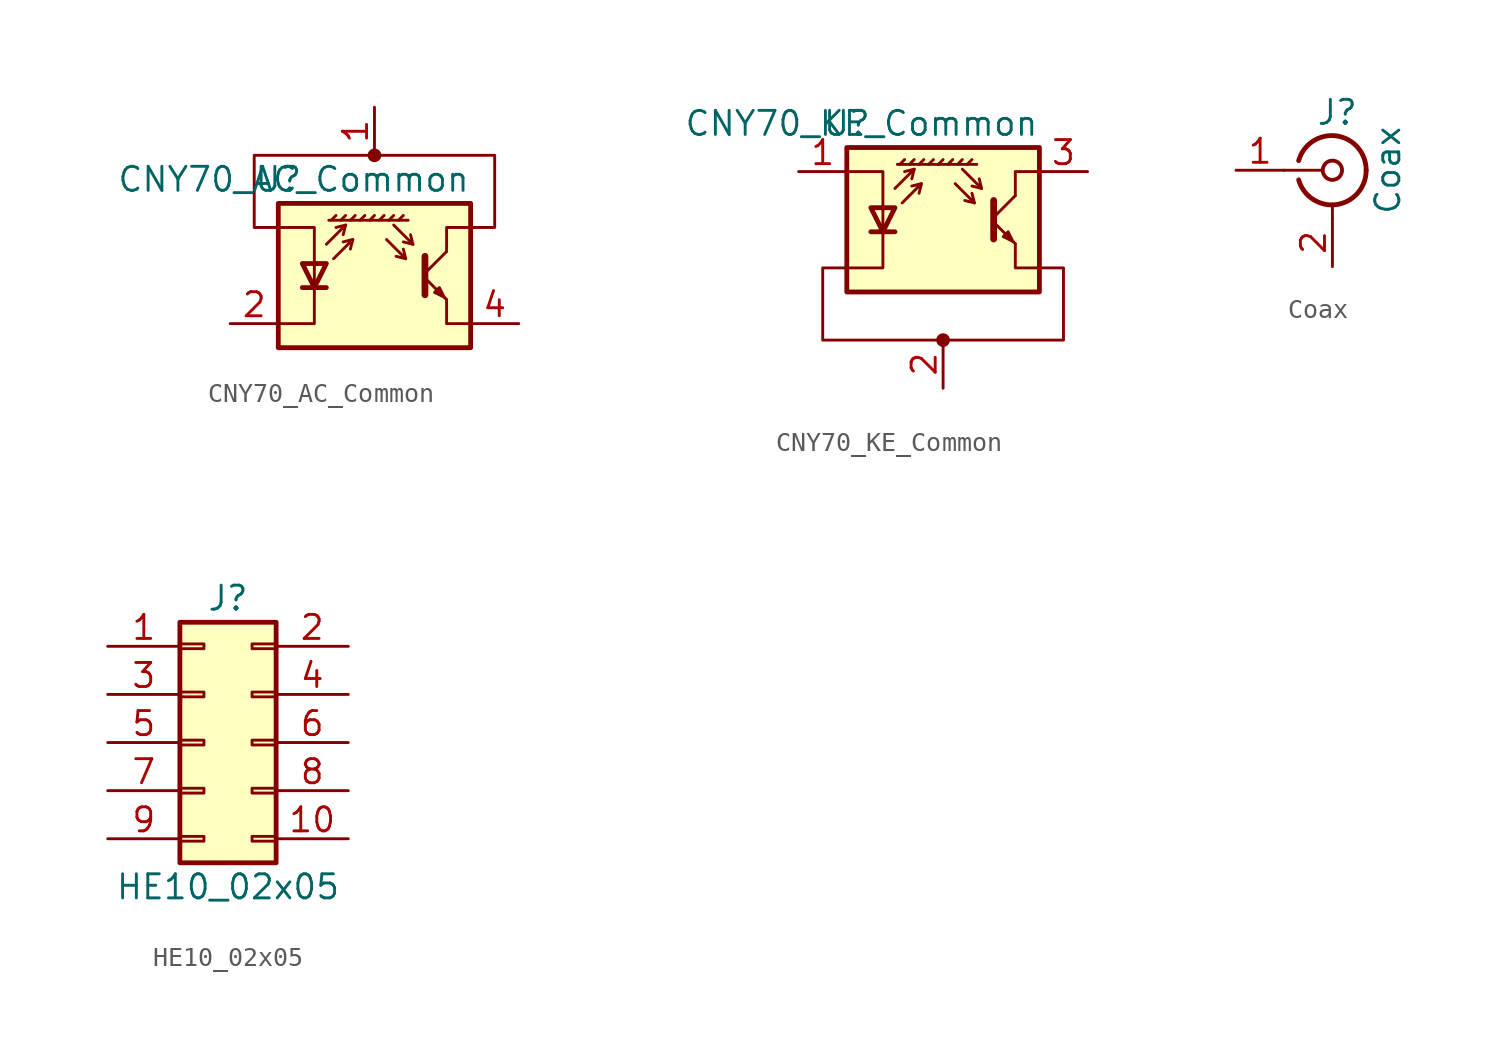
<source format=kicad_sym>
(kicad_symbol_lib
  (version 20211014)
  (generator kicad_symbol_editor)
  (symbol "CNY70_AC_Common"
    (pin_names
      (offset 1.016) hide)
    (property "Reference" "U"
      (at -5.08 5.08 0)
      (effects (font (size 1.27 1.27))))
    (property "Value" "CNY70_AC_Common"
      (at 5.08 5.08 0)
      (effects (font (size 1.27 1.27)) (justify right)))
    (symbol "CNY70_AC_Common_0_1"
      (polyline (pts (xy -3.81 -0.635) (xy -2.54 -0.635)) (stroke (width 0.254) (type default) (color 0 0 0 0)) (fill (type none)))
      (polyline (pts (xy -2.286 2.921) (xy -2.032 3.175)) (stroke (width 0) (type default) (color 0 0 0 0)) (fill (type none)))
      (polyline (pts (xy -1.778 2.921) (xy -1.524 3.175)) (stroke (width 0) (type default) (color 0 0 0 0)) (fill (type none)))
      (polyline (pts (xy -1.524 2.667) (xy -1.651 2.159)) (stroke (width 0) (type default) (color 0 0 0 0)) (fill (type none)))
      (polyline (pts (xy -1.27 2.921) (xy -1.016 3.175)) (stroke (width 0) (type default) (color 0 0 0 0)) (fill (type none)))
      (polyline (pts (xy -1.143 1.905) (xy -1.27 1.397)) (stroke (width 0) (type default) (color 0 0 0 0)) (fill (type none)))
      (polyline (pts (xy -0.762 2.921) (xy -0.508 3.175)) (stroke (width 0) (type default) (color 0 0 0 0)) (fill (type none)))
      (polyline (pts (xy -0.254 2.921) (xy 0 3.175)) (stroke (width 0) (type default) (color 0 0 0 0)) (fill (type none)))
      (polyline (pts (xy 0.254 2.921) (xy 0.508 3.175)) (stroke (width 0) (type default) (color 0 0 0 0)) (fill (type none)))
      (polyline (pts (xy 0.762 2.921) (xy 1.016 3.175)) (stroke (width 0) (type default) (color 0 0 0 0)) (fill (type none)))
      (polyline (pts (xy 1.27 2.921) (xy 1.524 3.175)) (stroke (width 0) (type default) (color 0 0 0 0)) (fill (type none)))
      (polyline (pts (xy 1.651 0.889) (xy 1.143 1.016)) (stroke (width 0) (type default) (color 0 0 0 0)) (fill (type none)))
      (polyline (pts (xy 1.778 2.921) (xy -2.413 2.921)) (stroke (width 0) (type default) (color 0 0 0 0)) (fill (type none)))
      (polyline (pts (xy 2.032 1.651) (xy 1.524 1.778)) (stroke (width 0) (type default) (color 0 0 0 0)) (fill (type none)))
      (polyline (pts (xy 2.667 -0.127) (xy 3.81 -1.27)) (stroke (width 0) (type default) (color 0 0 0 0)) (fill (type none)))
      (polyline (pts (xy 2.667 0.127) (xy 3.81 1.27)) (stroke (width 0) (type default) (color 0 0 0 0)) (fill (type none)))
      (polyline (pts (xy -2.54 1.651) (xy -1.524 2.667) (xy -2.032 2.54)) (stroke (width 0) (type default) (color 0 0 0 0)) (fill (type none)))
      (polyline (pts (xy -2.159 0.889) (xy -1.143 1.905) (xy -1.651 1.778)) (stroke (width 0) (type default) (color 0 0 0 0)) (fill (type none)))
      (polyline (pts (xy 0.635 1.905) (xy 1.651 0.889) (xy 1.524 1.397)) (stroke (width 0) (type default) (color 0 0 0 0)) (fill (type none)))
      (polyline (pts (xy 1.016 2.667) (xy 2.032 1.651) (xy 1.905 2.159)) (stroke (width 0) (type default) (color 0 0 0 0)) (fill (type none)))
      (polyline (pts (xy 2.667 1.016) (xy 2.667 -1.016) (xy 2.667 -1.016)) (stroke (width 0.356) (type default) (color 0 0 0 0)) (fill (type none)))
      (polyline (pts (xy 3.81 -1.27) (xy 3.81 -2.54) (xy 5.08 -2.54)) (stroke (width 0) (type default) (color 0 0 0 0)) (fill (type none)))
      (polyline (pts (xy 3.81 1.27) (xy 3.81 2.54) (xy 5.08 2.54)) (stroke (width 0) (type default) (color 0 0 0 0)) (fill (type none)))
      (polyline (pts (xy -5.08 -2.54) (xy -3.175 -2.54) (xy -3.175 2.54) (xy -5.08 2.54)) (stroke (width 0) (type default) (color 0 0 0 0)) (fill (type none)))
      (polyline (pts (xy -3.175 -0.635) (xy -3.81 0.635) (xy -2.54 0.635) (xy -3.175 -0.635)) (stroke (width 0.254) (type default) (color 0 0 0 0)) (fill (type none)))
      (polyline (pts (xy 3.683 -1.143) (xy 3.429 -0.635) (xy 3.175 -0.889) (xy 3.683 -1.143)) (stroke (width 0) (type default) (color 0 0 0 0)) (fill (type none)))
      (polyline (pts (xy -5.08 -3.81) (xy 5.08 -3.81) (xy 5.08 3.81) (xy -5.08 3.81) (xy -5.08 -3.81)) (stroke (width 0.254) (type default) (color 0 0 0 0)) (fill (type background)))
      (polyline (pts (xy -5.08 2.54) (xy -6.35 2.54) (xy -6.35 6.35) (xy 6.35 6.35) (xy 6.35 2.54) (xy 5.08 2.54)) (stroke (width 0) (type default) (color 0 0 0 0)) (fill (type none)))
      (circle (center 0 6.35) (radius 0.284) (stroke (width 0) (type default) (color 0 0 0 0)) (fill (type outline))))
    (symbol "CNY70_AC_Common_1_1"
      (pin passive line (at 0 8.89 270) (length 2.54) (name "AC" (effects (font (size 1.27 1.27)))) (number "1" (effects (font (size 1.27 1.27)))))
      (pin passive line (at -7.62 -2.54 0) (length 2.54) (name "K" (effects (font (size 1.27 1.27)))) (number "2" (effects (font (size 1.27 1.27)))))
      (pin open_emitter line (at 7.62 -2.54 180) (length 2.54) (name "E" (effects (font (size 1.27 1.27)))) (number "4" (effects (font (size 1.27 1.27)))))))
  (symbol "CNY70_KE_Common"
    (pin_names
      (offset 1.016) hide)
    (property "Reference" "U"
      (at -5.08 5.08 0)
      (effects (font (size 1.27 1.27))))
    (property "Value" "CNY70_KE_Common"
      (at 5.08 5.08 0)
      (effects (font (size 1.27 1.27)) (justify right)))
    (symbol "CNY70_KE_Common_0_1"
      (circle (center 0 -6.35) (radius 0.284) (stroke (width 0) (type default) (color 0 0 0 0)) (fill (type outline)))
      (polyline (pts (xy -3.81 -0.635) (xy -2.54 -0.635)) (stroke (width 0.254) (type default) (color 0 0 0 0)) (fill (type none)))
      (polyline (pts (xy -2.286 2.921) (xy -2.032 3.175)) (stroke (width 0) (type default) (color 0 0 0 0)) (fill (type none)))
      (polyline (pts (xy -1.778 2.921) (xy -1.524 3.175)) (stroke (width 0) (type default) (color 0 0 0 0)) (fill (type none)))
      (polyline (pts (xy -1.524 2.667) (xy -1.651 2.159)) (stroke (width 0) (type default) (color 0 0 0 0)) (fill (type none)))
      (polyline (pts (xy -1.27 2.921) (xy -1.016 3.175)) (stroke (width 0) (type default) (color 0 0 0 0)) (fill (type none)))
      (polyline (pts (xy -1.143 1.905) (xy -1.27 1.397)) (stroke (width 0) (type default) (color 0 0 0 0)) (fill (type none)))
      (polyline (pts (xy -0.762 2.921) (xy -0.508 3.175)) (stroke (width 0) (type default) (color 0 0 0 0)) (fill (type none)))
      (polyline (pts (xy -0.254 2.921) (xy 0 3.175)) (stroke (width 0) (type default) (color 0 0 0 0)) (fill (type none)))
      (polyline (pts (xy 0.254 2.921) (xy 0.508 3.175)) (stroke (width 0) (type default) (color 0 0 0 0)) (fill (type none)))
      (polyline (pts (xy 0.762 2.921) (xy 1.016 3.175)) (stroke (width 0) (type default) (color 0 0 0 0)) (fill (type none)))
      (polyline (pts (xy 1.27 2.921) (xy 1.524 3.175)) (stroke (width 0) (type default) (color 0 0 0 0)) (fill (type none)))
      (polyline (pts (xy 1.651 0.889) (xy 1.143 1.016)) (stroke (width 0) (type default) (color 0 0 0 0)) (fill (type none)))
      (polyline (pts (xy 1.778 2.921) (xy -2.413 2.921)) (stroke (width 0) (type default) (color 0 0 0 0)) (fill (type none)))
      (polyline (pts (xy 2.032 1.651) (xy 1.524 1.778)) (stroke (width 0) (type default) (color 0 0 0 0)) (fill (type none)))
      (polyline (pts (xy 2.667 -0.127) (xy 3.81 -1.27)) (stroke (width 0) (type default) (color 0 0 0 0)) (fill (type none)))
      (polyline (pts (xy 2.667 0.127) (xy 3.81 1.27)) (stroke (width 0) (type default) (color 0 0 0 0)) (fill (type none)))
      (polyline (pts (xy -2.54 1.651) (xy -1.524 2.667) (xy -2.032 2.54)) (stroke (width 0) (type default) (color 0 0 0 0)) (fill (type none)))
      (polyline (pts (xy -2.159 0.889) (xy -1.143 1.905) (xy -1.651 1.778)) (stroke (width 0) (type default) (color 0 0 0 0)) (fill (type none)))
      (polyline (pts (xy 0.635 1.905) (xy 1.651 0.889) (xy 1.524 1.397)) (stroke (width 0) (type default) (color 0 0 0 0)) (fill (type none)))
      (polyline (pts (xy 1.016 2.667) (xy 2.032 1.651) (xy 1.905 2.159)) (stroke (width 0) (type default) (color 0 0 0 0)) (fill (type none)))
      (polyline (pts (xy 2.667 1.016) (xy 2.667 -1.016) (xy 2.667 -1.016)) (stroke (width 0.356) (type default) (color 0 0 0 0)) (fill (type none)))
      (polyline (pts (xy 3.81 -1.27) (xy 3.81 -2.54) (xy 5.08 -2.54)) (stroke (width 0) (type default) (color 0 0 0 0)) (fill (type none)))
      (polyline (pts (xy 3.81 1.27) (xy 3.81 2.54) (xy 5.08 2.54)) (stroke (width 0) (type default) (color 0 0 0 0)) (fill (type none)))
      (polyline (pts (xy -5.08 -2.54) (xy -3.175 -2.54) (xy -3.175 2.54) (xy -5.08 2.54)) (stroke (width 0) (type default) (color 0 0 0 0)) (fill (type none)))
      (polyline (pts (xy -3.175 -0.635) (xy -3.81 0.635) (xy -2.54 0.635) (xy -3.175 -0.635)) (stroke (width 0.254) (type default) (color 0 0 0 0)) (fill (type none)))
      (polyline (pts (xy 3.683 -1.143) (xy 3.429 -0.635) (xy 3.175 -0.889) (xy 3.683 -1.143)) (stroke (width 0) (type default) (color 0 0 0 0)) (fill (type none)))
      (polyline (pts (xy -5.08 -3.81) (xy 5.08 -3.81) (xy 5.08 3.81) (xy -5.08 3.81) (xy -5.08 -3.81)) (stroke (width 0.254) (type default) (color 0 0 0 0)) (fill (type background)))
      (polyline (pts (xy 5.08 -2.54) (xy 6.35 -2.54) (xy 6.35 -6.35) (xy -6.35 -6.35) (xy -6.35 -2.54) (xy -5.08 -2.54)) (stroke (width 0) (type default) (color 0 0 0 0)) (fill (type none))))
    (symbol "CNY70_KE_Common_1_1"
      (pin passive line (at -7.62 2.54 0) (length 2.54) (name "A" (effects (font (size 1.27 1.27)))) (number "1" (effects (font (size 1.27 1.27)))))
      (pin passive line (at 0 -8.89 90) (length 2.54) (name "KE" (effects (font (size 1.27 1.27)))) (number "2" (effects (font (size 1.27 1.27)))))
      (pin open_collector line (at 7.62 2.54 180) (length 2.54) (name "C" (effects (font (size 1.27 1.27)))) (number "3" (effects (font (size 1.27 1.27)))))))
  (symbol "Coax"
    (pin_names
      (offset 1.016) hide)
    (property "Reference" "J"
      (at 0.254 3.048 0)
      (effects (font (size 1.27 1.27))))
    (property "Value" "Coax"
      (at 2.921 0 90)
      (effects (font (size 1.27 1.27))))
    (symbol "Coax_0_1"
      (arc (start -1.778 -0.508) (mid 0.222 -1.808) (end 1.778 0) (stroke (width 0.254) (type default) (color 0 0 0 0)) (fill (type none)))
      (polyline (pts (xy -2.54 0) (xy -0.508 0)) (stroke (width 0) (type default) (color 0 0 0 0)) (fill (type none)))
      (polyline (pts (xy 0 -2.54) (xy 0 -1.778)) (stroke (width 0) (type default) (color 0 0 0 0)) (fill (type none)))
      (circle (center 0 0) (radius 0.508) (stroke (width 0.203) (type default) (color 0 0 0 0)) (fill (type none)))
      (arc (start 1.778 0) (mid 0.222 1.8083) (end -1.778 0.508) (stroke (width 0.254) (type default) (color 0 0 0 0)) (fill (type none))))
    (symbol "Coax_1_1"
      (pin passive line (at -5.08 0 0) (length 2.54) (name "In" (effects (font (size 1.27 1.27)))) (number "1" (effects (font (size 1.27 1.27)))))
      (pin passive line (at 0 -5.08 90) (length 2.54) (name "Ext" (effects (font (size 1.27 1.27)))) (number "2" (effects (font (size 1.27 1.27)))))))
  (symbol "HE10_02x05"
    (pin_names
      (offset 1.016) hide)
    (property "Reference" "J"
      (at 1.27 7.62 0)
      (effects (font (size 1.27 1.27))))
    (property "Value" "HE10_02x05"
      (at 1.27 -7.62 0)
      (effects (font (size 1.27 1.27))))
    (symbol "HE10_02x05_1_1"
      (rectangle (start -1.27 -4.953) (end 0 -5.207) (stroke (width 0.152) (type default) (color 0 0 0 0)) (fill (type none)))
      (rectangle (start -1.27 -2.413) (end 0 -2.667) (stroke (width 0.152) (type default) (color 0 0 0 0)) (fill (type none)))
      (rectangle (start -1.27 0.127) (end 0 -0.127) (stroke (width 0.152) (type default) (color 0 0 0 0)) (fill (type none)))
      (rectangle (start -1.27 2.667) (end 0 2.413) (stroke (width 0.152) (type default) (color 0 0 0 0)) (fill (type none)))
      (rectangle (start -1.27 5.207) (end 0 4.953) (stroke (width 0.152) (type default) (color 0 0 0 0)) (fill (type none)))
      (rectangle (start -1.27 6.35) (end 3.81 -6.35) (stroke (width 0.254) (type default) (color 0 0 0 0)) (fill (type background)))
      (rectangle (start 3.81 -4.953) (end 2.54 -5.207) (stroke (width 0.152) (type default) (color 0 0 0 0)) (fill (type none)))
      (rectangle (start 3.81 -2.413) (end 2.54 -2.667) (stroke (width 0.152) (type default) (color 0 0 0 0)) (fill (type none)))
      (rectangle (start 3.81 0.127) (end 2.54 -0.127) (stroke (width 0.152) (type default) (color 0 0 0 0)) (fill (type none)))
      (rectangle (start 3.81 2.667) (end 2.54 2.413) (stroke (width 0.152) (type default) (color 0 0 0 0)) (fill (type none)))
      (rectangle (start 3.81 5.207) (end 2.54 4.953) (stroke (width 0.152) (type default) (color 0 0 0 0)) (fill (type none)))
      (pin passive line (at -5.08 5.08 0) (length 3.81) (name "Pin_1" (effects (font (size 1.27 1.27)))) (number "1" (effects (font (size 1.27 1.27)))))
      (pin passive line (at 7.62 -5.08 180) (length 3.81) (name "Pin_10" (effects (font (size 1.27 1.27)))) (number "10" (effects (font (size 1.27 1.27)))))
      (pin passive line (at 7.62 5.08 180) (length 3.81) (name "Pin_2" (effects (font (size 1.27 1.27)))) (number "2" (effects (font (size 1.27 1.27)))))
      (pin passive line (at -5.08 2.54 0) (length 3.81) (name "Pin_3" (effects (font (size 1.27 1.27)))) (number "3" (effects (font (size 1.27 1.27)))))
      (pin passive line (at 7.62 2.54 180) (length 3.81) (name "Pin_4" (effects (font (size 1.27 1.27)))) (number "4" (effects (font (size 1.27 1.27)))))
      (pin passive line (at -5.08 0 0) (length 3.81) (name "Pin_5" (effects (font (size 1.27 1.27)))) (number "5" (effects (font (size 1.27 1.27)))))
      (pin passive line (at 7.62 0 180) (length 3.81) (name "Pin_6" (effects (font (size 1.27 1.27)))) (number "6" (effects (font (size 1.27 1.27)))))
      (pin passive line (at -5.08 -2.54 0) (length 3.81) (name "Pin_7" (effects (font (size 1.27 1.27)))) (number "7" (effects (font (size 1.27 1.27)))))
      (pin passive line (at 7.62 -2.54 180) (length 3.81) (name "Pin_8" (effects (font (size 1.27 1.27)))) (number "8" (effects (font (size 1.27 1.27)))))
      (pin passive line (at -5.08 -5.08 0) (length 3.81) (name "Pin_9" (effects (font (size 1.27 1.27)))) (number "9" (effects (font (size 1.27 1.27))))))))
</source>
